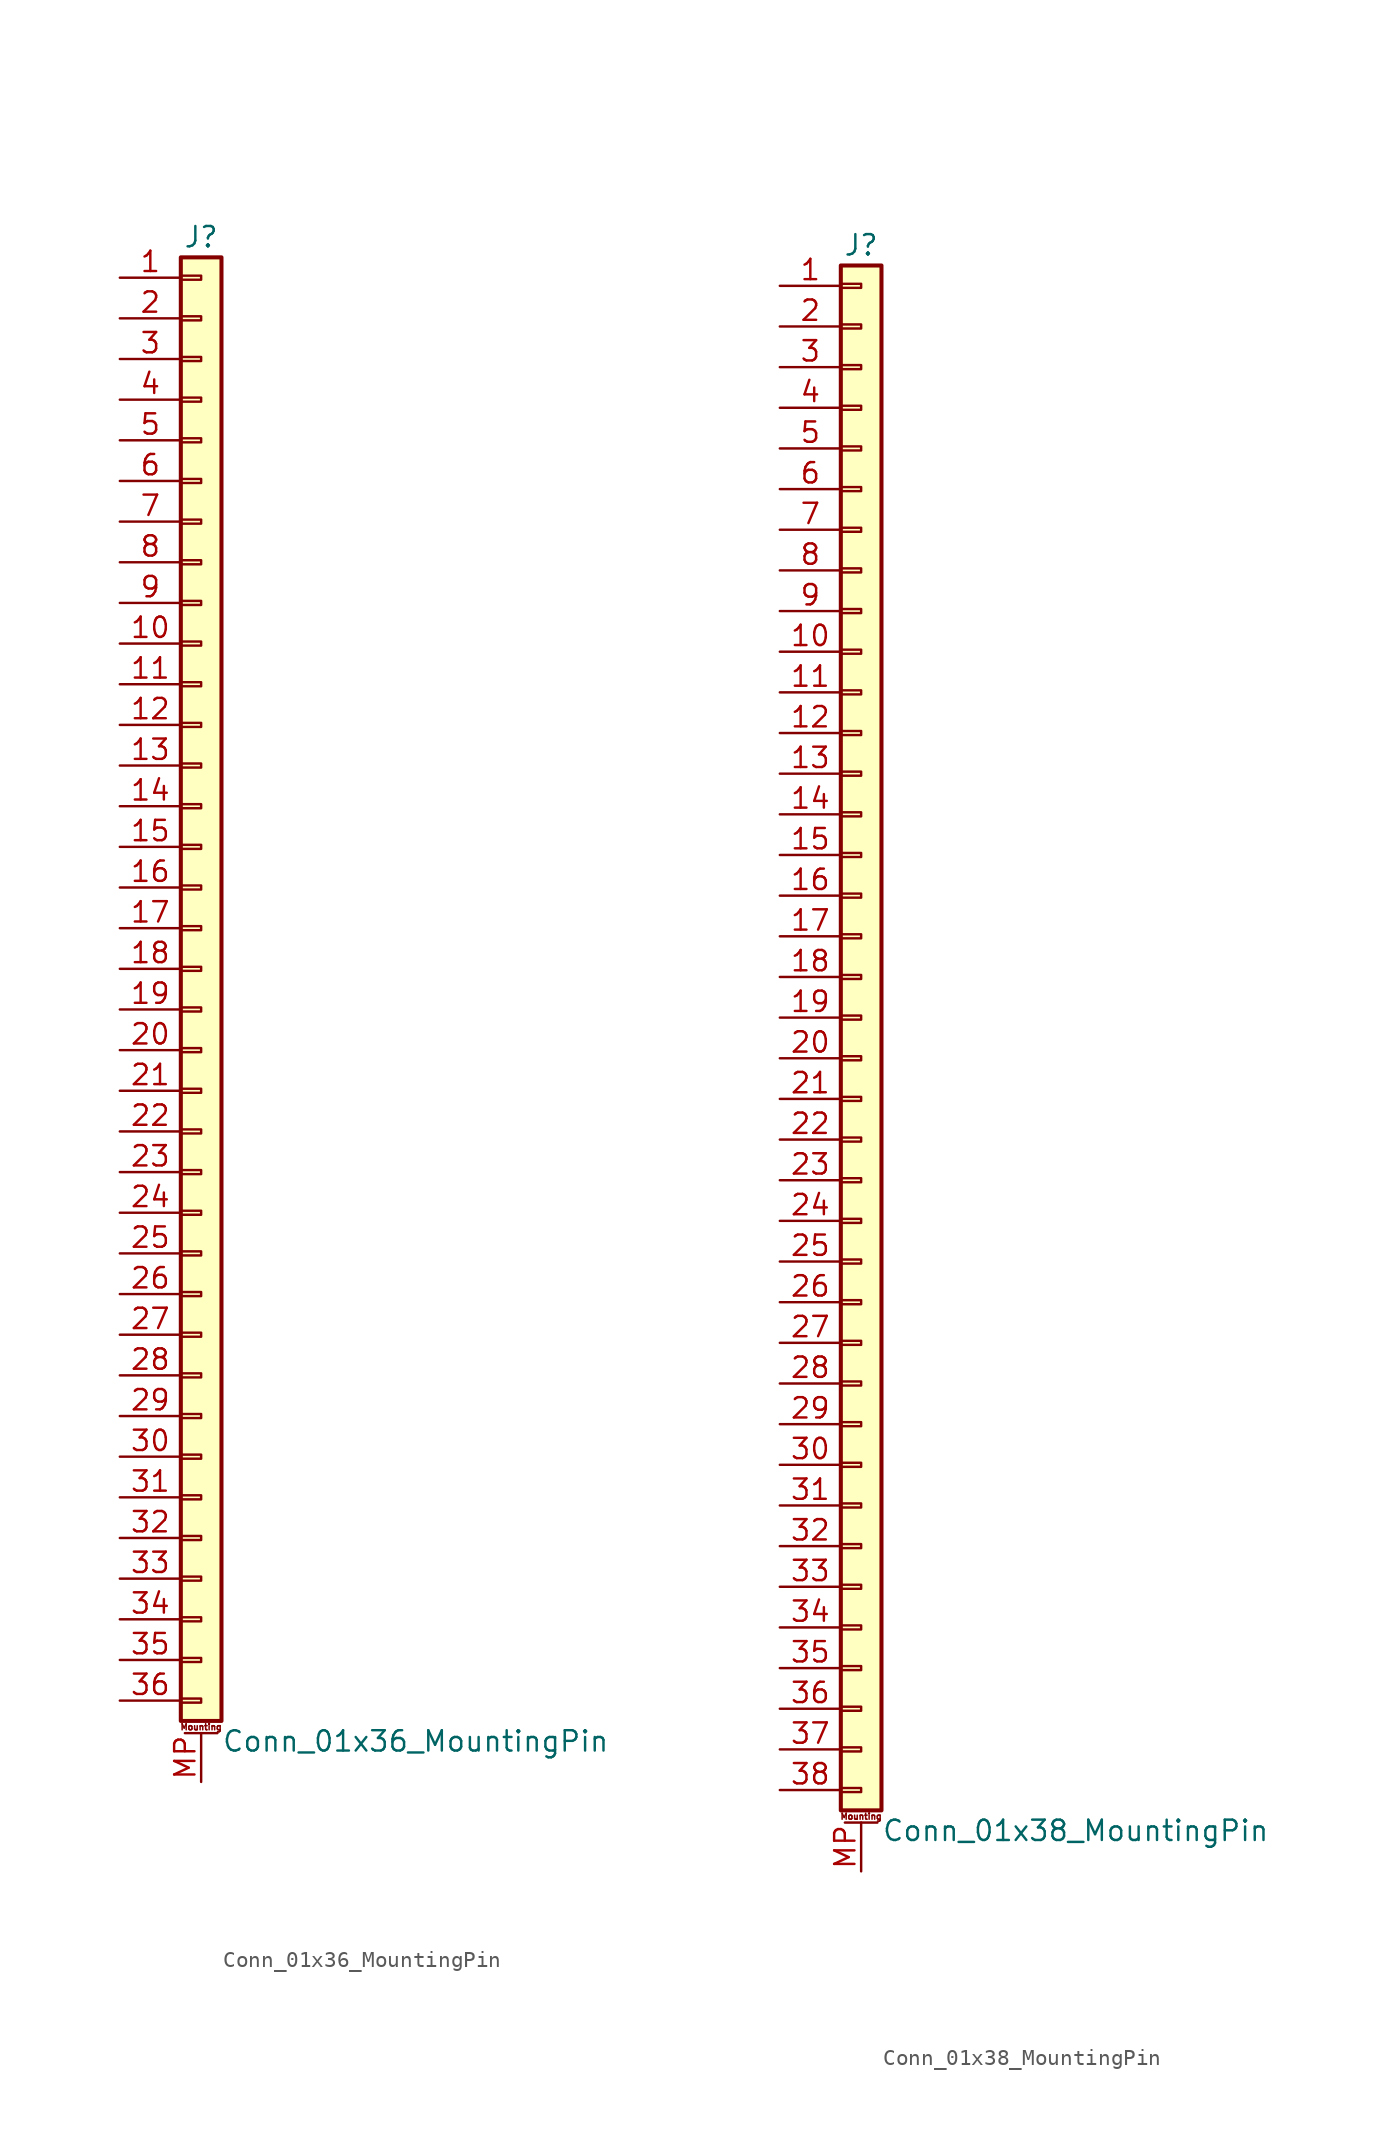
<source format=kicad_sym>
(kicad_symbol_lib
  (version 20211014)
  (generator kicad_symbol_editor)
  (symbol "Conn_01x36_MountingPin"
    (pin_names
      (offset 1.016) hide)
    (property "Reference" "J"
      (at 0 45.72 0)
      (effects (font (size 1.27 1.27))))
    (property "Value" "Conn_01x36_MountingPin"
      (at 1.27 -48.26 0)
      (effects (font (size 1.27 1.27)) (justify left)))
    (symbol "Conn_01x36_MountingPin_1_1"
      (rectangle (start -1.27 -45.593) (end 0 -45.847) (stroke (width 0.152) (type default) (color 0 0 0 0)) (fill (type none)))
      (rectangle (start -1.27 -43.053) (end 0 -43.307) (stroke (width 0.152) (type default) (color 0 0 0 0)) (fill (type none)))
      (rectangle (start -1.27 -40.513) (end 0 -40.767) (stroke (width 0.152) (type default) (color 0 0 0 0)) (fill (type none)))
      (rectangle (start -1.27 -37.973) (end 0 -38.227) (stroke (width 0.152) (type default) (color 0 0 0 0)) (fill (type none)))
      (rectangle (start -1.27 -35.433) (end 0 -35.687) (stroke (width 0.152) (type default) (color 0 0 0 0)) (fill (type none)))
      (rectangle (start -1.27 -32.893) (end 0 -33.147) (stroke (width 0.152) (type default) (color 0 0 0 0)) (fill (type none)))
      (rectangle (start -1.27 -30.353) (end 0 -30.607) (stroke (width 0.152) (type default) (color 0 0 0 0)) (fill (type none)))
      (rectangle (start -1.27 -27.813) (end 0 -28.067) (stroke (width 0.152) (type default) (color 0 0 0 0)) (fill (type none)))
      (rectangle (start -1.27 -25.273) (end 0 -25.527) (stroke (width 0.152) (type default) (color 0 0 0 0)) (fill (type none)))
      (rectangle (start -1.27 -22.733) (end 0 -22.987) (stroke (width 0.152) (type default) (color 0 0 0 0)) (fill (type none)))
      (rectangle (start -1.27 -20.193) (end 0 -20.447) (stroke (width 0.152) (type default) (color 0 0 0 0)) (fill (type none)))
      (rectangle (start -1.27 -17.653) (end 0 -17.907) (stroke (width 0.152) (type default) (color 0 0 0 0)) (fill (type none)))
      (rectangle (start -1.27 -15.113) (end 0 -15.367) (stroke (width 0.152) (type default) (color 0 0 0 0)) (fill (type none)))
      (rectangle (start -1.27 -12.573) (end 0 -12.827) (stroke (width 0.152) (type default) (color 0 0 0 0)) (fill (type none)))
      (rectangle (start -1.27 -10.033) (end 0 -10.287) (stroke (width 0.152) (type default) (color 0 0 0 0)) (fill (type none)))
      (rectangle (start -1.27 -7.493) (end 0 -7.747) (stroke (width 0.152) (type default) (color 0 0 0 0)) (fill (type none)))
      (rectangle (start -1.27 -4.953) (end 0 -5.207) (stroke (width 0.152) (type default) (color 0 0 0 0)) (fill (type none)))
      (rectangle (start -1.27 -2.413) (end 0 -2.667) (stroke (width 0.152) (type default) (color 0 0 0 0)) (fill (type none)))
      (rectangle (start -1.27 0.127) (end 0 -0.127) (stroke (width 0.152) (type default) (color 0 0 0 0)) (fill (type none)))
      (rectangle (start -1.27 2.667) (end 0 2.413) (stroke (width 0.152) (type default) (color 0 0 0 0)) (fill (type none)))
      (rectangle (start -1.27 5.207) (end 0 4.953) (stroke (width 0.152) (type default) (color 0 0 0 0)) (fill (type none)))
      (rectangle (start -1.27 7.747) (end 0 7.493) (stroke (width 0.152) (type default) (color 0 0 0 0)) (fill (type none)))
      (rectangle (start -1.27 10.287) (end 0 10.033) (stroke (width 0.152) (type default) (color 0 0 0 0)) (fill (type none)))
      (rectangle (start -1.27 12.827) (end 0 12.573) (stroke (width 0.152) (type default) (color 0 0 0 0)) (fill (type none)))
      (rectangle (start -1.27 15.367) (end 0 15.113) (stroke (width 0.152) (type default) (color 0 0 0 0)) (fill (type none)))
      (rectangle (start -1.27 17.907) (end 0 17.653) (stroke (width 0.152) (type default) (color 0 0 0 0)) (fill (type none)))
      (rectangle (start -1.27 20.447) (end 0 20.193) (stroke (width 0.152) (type default) (color 0 0 0 0)) (fill (type none)))
      (rectangle (start -1.27 22.987) (end 0 22.733) (stroke (width 0.152) (type default) (color 0 0 0 0)) (fill (type none)))
      (rectangle (start -1.27 25.527) (end 0 25.273) (stroke (width 0.152) (type default) (color 0 0 0 0)) (fill (type none)))
      (rectangle (start -1.27 28.067) (end 0 27.813) (stroke (width 0.152) (type default) (color 0 0 0 0)) (fill (type none)))
      (rectangle (start -1.27 30.607) (end 0 30.353) (stroke (width 0.152) (type default) (color 0 0 0 0)) (fill (type none)))
      (rectangle (start -1.27 33.147) (end 0 32.893) (stroke (width 0.152) (type default) (color 0 0 0 0)) (fill (type none)))
      (rectangle (start -1.27 35.687) (end 0 35.433) (stroke (width 0.152) (type default) (color 0 0 0 0)) (fill (type none)))
      (rectangle (start -1.27 38.227) (end 0 37.973) (stroke (width 0.152) (type default) (color 0 0 0 0)) (fill (type none)))
      (rectangle (start -1.27 40.767) (end 0 40.513) (stroke (width 0.152) (type default) (color 0 0 0 0)) (fill (type none)))
      (rectangle (start -1.27 43.307) (end 0 43.053) (stroke (width 0.152) (type default) (color 0 0 0 0)) (fill (type none)))
      (rectangle (start -1.27 44.45) (end 1.27 -46.99) (stroke (width 0.254) (type default) (color 0 0 0 0)) (fill (type background)))
      (polyline (pts (xy -1.016 -47.752) (xy 1.016 -47.752)) (stroke (width 0.152) (type default) (color 0 0 0 0)) (fill (type none)))
      (text "Mounting" (at 0 -47.371 0) (effects (font (size 0.381 0.381))))
      (pin passive line (at -5.08 43.18 0) (length 3.81) (name "Pin_1" (effects (font (size 1.27 1.27)))) (number "1" (effects (font (size 1.27 1.27)))))
      (pin passive line (at -5.08 20.32 0) (length 3.81) (name "Pin_10" (effects (font (size 1.27 1.27)))) (number "10" (effects (font (size 1.27 1.27)))))
      (pin passive line (at -5.08 17.78 0) (length 3.81) (name "Pin_11" (effects (font (size 1.27 1.27)))) (number "11" (effects (font (size 1.27 1.27)))))
      (pin passive line (at -5.08 15.24 0) (length 3.81) (name "Pin_12" (effects (font (size 1.27 1.27)))) (number "12" (effects (font (size 1.27 1.27)))))
      (pin passive line (at -5.08 12.7 0) (length 3.81) (name "Pin_13" (effects (font (size 1.27 1.27)))) (number "13" (effects (font (size 1.27 1.27)))))
      (pin passive line (at -5.08 10.16 0) (length 3.81) (name "Pin_14" (effects (font (size 1.27 1.27)))) (number "14" (effects (font (size 1.27 1.27)))))
      (pin passive line (at -5.08 7.62 0) (length 3.81) (name "Pin_15" (effects (font (size 1.27 1.27)))) (number "15" (effects (font (size 1.27 1.27)))))
      (pin passive line (at -5.08 5.08 0) (length 3.81) (name "Pin_16" (effects (font (size 1.27 1.27)))) (number "16" (effects (font (size 1.27 1.27)))))
      (pin passive line (at -5.08 2.54 0) (length 3.81) (name "Pin_17" (effects (font (size 1.27 1.27)))) (number "17" (effects (font (size 1.27 1.27)))))
      (pin passive line (at -5.08 0 0) (length 3.81) (name "Pin_18" (effects (font (size 1.27 1.27)))) (number "18" (effects (font (size 1.27 1.27)))))
      (pin passive line (at -5.08 -2.54 0) (length 3.81) (name "Pin_19" (effects (font (size 1.27 1.27)))) (number "19" (effects (font (size 1.27 1.27)))))
      (pin passive line (at -5.08 40.64 0) (length 3.81) (name "Pin_2" (effects (font (size 1.27 1.27)))) (number "2" (effects (font (size 1.27 1.27)))))
      (pin passive line (at -5.08 -5.08 0) (length 3.81) (name "Pin_20" (effects (font (size 1.27 1.27)))) (number "20" (effects (font (size 1.27 1.27)))))
      (pin passive line (at -5.08 -7.62 0) (length 3.81) (name "Pin_21" (effects (font (size 1.27 1.27)))) (number "21" (effects (font (size 1.27 1.27)))))
      (pin passive line (at -5.08 -10.16 0) (length 3.81) (name "Pin_22" (effects (font (size 1.27 1.27)))) (number "22" (effects (font (size 1.27 1.27)))))
      (pin passive line (at -5.08 -12.7 0) (length 3.81) (name "Pin_23" (effects (font (size 1.27 1.27)))) (number "23" (effects (font (size 1.27 1.27)))))
      (pin passive line (at -5.08 -15.24 0) (length 3.81) (name "Pin_24" (effects (font (size 1.27 1.27)))) (number "24" (effects (font (size 1.27 1.27)))))
      (pin passive line (at -5.08 -17.78 0) (length 3.81) (name "Pin_25" (effects (font (size 1.27 1.27)))) (number "25" (effects (font (size 1.27 1.27)))))
      (pin passive line (at -5.08 -20.32 0) (length 3.81) (name "Pin_26" (effects (font (size 1.27 1.27)))) (number "26" (effects (font (size 1.27 1.27)))))
      (pin passive line (at -5.08 -22.86 0) (length 3.81) (name "Pin_27" (effects (font (size 1.27 1.27)))) (number "27" (effects (font (size 1.27 1.27)))))
      (pin passive line (at -5.08 -25.4 0) (length 3.81) (name "Pin_28" (effects (font (size 1.27 1.27)))) (number "28" (effects (font (size 1.27 1.27)))))
      (pin passive line (at -5.08 -27.94 0) (length 3.81) (name "Pin_29" (effects (font (size 1.27 1.27)))) (number "29" (effects (font (size 1.27 1.27)))))
      (pin passive line (at -5.08 38.1 0) (length 3.81) (name "Pin_3" (effects (font (size 1.27 1.27)))) (number "3" (effects (font (size 1.27 1.27)))))
      (pin passive line (at -5.08 -30.48 0) (length 3.81) (name "Pin_30" (effects (font (size 1.27 1.27)))) (number "30" (effects (font (size 1.27 1.27)))))
      (pin passive line (at -5.08 -33.02 0) (length 3.81) (name "Pin_31" (effects (font (size 1.27 1.27)))) (number "31" (effects (font (size 1.27 1.27)))))
      (pin passive line (at -5.08 -35.56 0) (length 3.81) (name "Pin_32" (effects (font (size 1.27 1.27)))) (number "32" (effects (font (size 1.27 1.27)))))
      (pin passive line (at -5.08 -38.1 0) (length 3.81) (name "Pin_33" (effects (font (size 1.27 1.27)))) (number "33" (effects (font (size 1.27 1.27)))))
      (pin passive line (at -5.08 -40.64 0) (length 3.81) (name "Pin_34" (effects (font (size 1.27 1.27)))) (number "34" (effects (font (size 1.27 1.27)))))
      (pin passive line (at -5.08 -43.18 0) (length 3.81) (name "Pin_35" (effects (font (size 1.27 1.27)))) (number "35" (effects (font (size 1.27 1.27)))))
      (pin passive line (at -5.08 -45.72 0) (length 3.81) (name "Pin_36" (effects (font (size 1.27 1.27)))) (number "36" (effects (font (size 1.27 1.27)))))
      (pin passive line (at -5.08 35.56 0) (length 3.81) (name "Pin_4" (effects (font (size 1.27 1.27)))) (number "4" (effects (font (size 1.27 1.27)))))
      (pin passive line (at -5.08 33.02 0) (length 3.81) (name "Pin_5" (effects (font (size 1.27 1.27)))) (number "5" (effects (font (size 1.27 1.27)))))
      (pin passive line (at -5.08 30.48 0) (length 3.81) (name "Pin_6" (effects (font (size 1.27 1.27)))) (number "6" (effects (font (size 1.27 1.27)))))
      (pin passive line (at -5.08 27.94 0) (length 3.81) (name "Pin_7" (effects (font (size 1.27 1.27)))) (number "7" (effects (font (size 1.27 1.27)))))
      (pin passive line (at -5.08 25.4 0) (length 3.81) (name "Pin_8" (effects (font (size 1.27 1.27)))) (number "8" (effects (font (size 1.27 1.27)))))
      (pin passive line (at -5.08 22.86 0) (length 3.81) (name "Pin_9" (effects (font (size 1.27 1.27)))) (number "9" (effects (font (size 1.27 1.27)))))
      (pin passive line (at 0 -50.8 90) (length 3.048) (name "MountPin" (effects (font (size 1.27 1.27)))) (number "MP" (effects (font (size 1.27 1.27)))))))
  (symbol "Conn_01x38_MountingPin"
    (pin_names
      (offset 1.016) hide)
    (property "Reference" "J"
      (at 0 48.26 0)
      (effects (font (size 1.27 1.27))))
    (property "Value" "Conn_01x38_MountingPin"
      (at 1.27 -50.8 0)
      (effects (font (size 1.27 1.27)) (justify left)))
    (symbol "Conn_01x38_MountingPin_1_1"
      (rectangle (start -1.27 -48.133) (end 0 -48.387) (stroke (width 0.152) (type default) (color 0 0 0 0)) (fill (type none)))
      (rectangle (start -1.27 -45.593) (end 0 -45.847) (stroke (width 0.152) (type default) (color 0 0 0 0)) (fill (type none)))
      (rectangle (start -1.27 -43.053) (end 0 -43.307) (stroke (width 0.152) (type default) (color 0 0 0 0)) (fill (type none)))
      (rectangle (start -1.27 -40.513) (end 0 -40.767) (stroke (width 0.152) (type default) (color 0 0 0 0)) (fill (type none)))
      (rectangle (start -1.27 -37.973) (end 0 -38.227) (stroke (width 0.152) (type default) (color 0 0 0 0)) (fill (type none)))
      (rectangle (start -1.27 -35.433) (end 0 -35.687) (stroke (width 0.152) (type default) (color 0 0 0 0)) (fill (type none)))
      (rectangle (start -1.27 -32.893) (end 0 -33.147) (stroke (width 0.152) (type default) (color 0 0 0 0)) (fill (type none)))
      (rectangle (start -1.27 -30.353) (end 0 -30.607) (stroke (width 0.152) (type default) (color 0 0 0 0)) (fill (type none)))
      (rectangle (start -1.27 -27.813) (end 0 -28.067) (stroke (width 0.152) (type default) (color 0 0 0 0)) (fill (type none)))
      (rectangle (start -1.27 -25.273) (end 0 -25.527) (stroke (width 0.152) (type default) (color 0 0 0 0)) (fill (type none)))
      (rectangle (start -1.27 -22.733) (end 0 -22.987) (stroke (width 0.152) (type default) (color 0 0 0 0)) (fill (type none)))
      (rectangle (start -1.27 -20.193) (end 0 -20.447) (stroke (width 0.152) (type default) (color 0 0 0 0)) (fill (type none)))
      (rectangle (start -1.27 -17.653) (end 0 -17.907) (stroke (width 0.152) (type default) (color 0 0 0 0)) (fill (type none)))
      (rectangle (start -1.27 -15.113) (end 0 -15.367) (stroke (width 0.152) (type default) (color 0 0 0 0)) (fill (type none)))
      (rectangle (start -1.27 -12.573) (end 0 -12.827) (stroke (width 0.152) (type default) (color 0 0 0 0)) (fill (type none)))
      (rectangle (start -1.27 -10.033) (end 0 -10.287) (stroke (width 0.152) (type default) (color 0 0 0 0)) (fill (type none)))
      (rectangle (start -1.27 -7.493) (end 0 -7.747) (stroke (width 0.152) (type default) (color 0 0 0 0)) (fill (type none)))
      (rectangle (start -1.27 -4.953) (end 0 -5.207) (stroke (width 0.152) (type default) (color 0 0 0 0)) (fill (type none)))
      (rectangle (start -1.27 -2.413) (end 0 -2.667) (stroke (width 0.152) (type default) (color 0 0 0 0)) (fill (type none)))
      (rectangle (start -1.27 0.127) (end 0 -0.127) (stroke (width 0.152) (type default) (color 0 0 0 0)) (fill (type none)))
      (rectangle (start -1.27 2.667) (end 0 2.413) (stroke (width 0.152) (type default) (color 0 0 0 0)) (fill (type none)))
      (rectangle (start -1.27 5.207) (end 0 4.953) (stroke (width 0.152) (type default) (color 0 0 0 0)) (fill (type none)))
      (rectangle (start -1.27 7.747) (end 0 7.493) (stroke (width 0.152) (type default) (color 0 0 0 0)) (fill (type none)))
      (rectangle (start -1.27 10.287) (end 0 10.033) (stroke (width 0.152) (type default) (color 0 0 0 0)) (fill (type none)))
      (rectangle (start -1.27 12.827) (end 0 12.573) (stroke (width 0.152) (type default) (color 0 0 0 0)) (fill (type none)))
      (rectangle (start -1.27 15.367) (end 0 15.113) (stroke (width 0.152) (type default) (color 0 0 0 0)) (fill (type none)))
      (rectangle (start -1.27 17.907) (end 0 17.653) (stroke (width 0.152) (type default) (color 0 0 0 0)) (fill (type none)))
      (rectangle (start -1.27 20.447) (end 0 20.193) (stroke (width 0.152) (type default) (color 0 0 0 0)) (fill (type none)))
      (rectangle (start -1.27 22.987) (end 0 22.733) (stroke (width 0.152) (type default) (color 0 0 0 0)) (fill (type none)))
      (rectangle (start -1.27 25.527) (end 0 25.273) (stroke (width 0.152) (type default) (color 0 0 0 0)) (fill (type none)))
      (rectangle (start -1.27 28.067) (end 0 27.813) (stroke (width 0.152) (type default) (color 0 0 0 0)) (fill (type none)))
      (rectangle (start -1.27 30.607) (end 0 30.353) (stroke (width 0.152) (type default) (color 0 0 0 0)) (fill (type none)))
      (rectangle (start -1.27 33.147) (end 0 32.893) (stroke (width 0.152) (type default) (color 0 0 0 0)) (fill (type none)))
      (rectangle (start -1.27 35.687) (end 0 35.433) (stroke (width 0.152) (type default) (color 0 0 0 0)) (fill (type none)))
      (rectangle (start -1.27 38.227) (end 0 37.973) (stroke (width 0.152) (type default) (color 0 0 0 0)) (fill (type none)))
      (rectangle (start -1.27 40.767) (end 0 40.513) (stroke (width 0.152) (type default) (color 0 0 0 0)) (fill (type none)))
      (rectangle (start -1.27 43.307) (end 0 43.053) (stroke (width 0.152) (type default) (color 0 0 0 0)) (fill (type none)))
      (rectangle (start -1.27 45.847) (end 0 45.593) (stroke (width 0.152) (type default) (color 0 0 0 0)) (fill (type none)))
      (rectangle (start -1.27 46.99) (end 1.27 -49.53) (stroke (width 0.254) (type default) (color 0 0 0 0)) (fill (type background)))
      (polyline (pts (xy -1.016 -50.292) (xy 1.016 -50.292)) (stroke (width 0.152) (type default) (color 0 0 0 0)) (fill (type none)))
      (text "Mounting" (at 0 -49.911 0) (effects (font (size 0.381 0.381))))
      (pin passive line (at -5.08 45.72 0) (length 3.81) (name "Pin_1" (effects (font (size 1.27 1.27)))) (number "1" (effects (font (size 1.27 1.27)))))
      (pin passive line (at -5.08 22.86 0) (length 3.81) (name "Pin_10" (effects (font (size 1.27 1.27)))) (number "10" (effects (font (size 1.27 1.27)))))
      (pin passive line (at -5.08 20.32 0) (length 3.81) (name "Pin_11" (effects (font (size 1.27 1.27)))) (number "11" (effects (font (size 1.27 1.27)))))
      (pin passive line (at -5.08 17.78 0) (length 3.81) (name "Pin_12" (effects (font (size 1.27 1.27)))) (number "12" (effects (font (size 1.27 1.27)))))
      (pin passive line (at -5.08 15.24 0) (length 3.81) (name "Pin_13" (effects (font (size 1.27 1.27)))) (number "13" (effects (font (size 1.27 1.27)))))
      (pin passive line (at -5.08 12.7 0) (length 3.81) (name "Pin_14" (effects (font (size 1.27 1.27)))) (number "14" (effects (font (size 1.27 1.27)))))
      (pin passive line (at -5.08 10.16 0) (length 3.81) (name "Pin_15" (effects (font (size 1.27 1.27)))) (number "15" (effects (font (size 1.27 1.27)))))
      (pin passive line (at -5.08 7.62 0) (length 3.81) (name "Pin_16" (effects (font (size 1.27 1.27)))) (number "16" (effects (font (size 1.27 1.27)))))
      (pin passive line (at -5.08 5.08 0) (length 3.81) (name "Pin_17" (effects (font (size 1.27 1.27)))) (number "17" (effects (font (size 1.27 1.27)))))
      (pin passive line (at -5.08 2.54 0) (length 3.81) (name "Pin_18" (effects (font (size 1.27 1.27)))) (number "18" (effects (font (size 1.27 1.27)))))
      (pin passive line (at -5.08 0 0) (length 3.81) (name "Pin_19" (effects (font (size 1.27 1.27)))) (number "19" (effects (font (size 1.27 1.27)))))
      (pin passive line (at -5.08 43.18 0) (length 3.81) (name "Pin_2" (effects (font (size 1.27 1.27)))) (number "2" (effects (font (size 1.27 1.27)))))
      (pin passive line (at -5.08 -2.54 0) (length 3.81) (name "Pin_20" (effects (font (size 1.27 1.27)))) (number "20" (effects (font (size 1.27 1.27)))))
      (pin passive line (at -5.08 -5.08 0) (length 3.81) (name "Pin_21" (effects (font (size 1.27 1.27)))) (number "21" (effects (font (size 1.27 1.27)))))
      (pin passive line (at -5.08 -7.62 0) (length 3.81) (name "Pin_22" (effects (font (size 1.27 1.27)))) (number "22" (effects (font (size 1.27 1.27)))))
      (pin passive line (at -5.08 -10.16 0) (length 3.81) (name "Pin_23" (effects (font (size 1.27 1.27)))) (number "23" (effects (font (size 1.27 1.27)))))
      (pin passive line (at -5.08 -12.7 0) (length 3.81) (name "Pin_24" (effects (font (size 1.27 1.27)))) (number "24" (effects (font (size 1.27 1.27)))))
      (pin passive line (at -5.08 -15.24 0) (length 3.81) (name "Pin_25" (effects (font (size 1.27 1.27)))) (number "25" (effects (font (size 1.27 1.27)))))
      (pin passive line (at -5.08 -17.78 0) (length 3.81) (name "Pin_26" (effects (font (size 1.27 1.27)))) (number "26" (effects (font (size 1.27 1.27)))))
      (pin passive line (at -5.08 -20.32 0) (length 3.81) (name "Pin_27" (effects (font (size 1.27 1.27)))) (number "27" (effects (font (size 1.27 1.27)))))
      (pin passive line (at -5.08 -22.86 0) (length 3.81) (name "Pin_28" (effects (font (size 1.27 1.27)))) (number "28" (effects (font (size 1.27 1.27)))))
      (pin passive line (at -5.08 -25.4 0) (length 3.81) (name "Pin_29" (effects (font (size 1.27 1.27)))) (number "29" (effects (font (size 1.27 1.27)))))
      (pin passive line (at -5.08 40.64 0) (length 3.81) (name "Pin_3" (effects (font (size 1.27 1.27)))) (number "3" (effects (font (size 1.27 1.27)))))
      (pin passive line (at -5.08 -27.94 0) (length 3.81) (name "Pin_30" (effects (font (size 1.27 1.27)))) (number "30" (effects (font (size 1.27 1.27)))))
      (pin passive line (at -5.08 -30.48 0) (length 3.81) (name "Pin_31" (effects (font (size 1.27 1.27)))) (number "31" (effects (font (size 1.27 1.27)))))
      (pin passive line (at -5.08 -33.02 0) (length 3.81) (name "Pin_32" (effects (font (size 1.27 1.27)))) (number "32" (effects (font (size 1.27 1.27)))))
      (pin passive line (at -5.08 -35.56 0) (length 3.81) (name "Pin_33" (effects (font (size 1.27 1.27)))) (number "33" (effects (font (size 1.27 1.27)))))
      (pin passive line (at -5.08 -38.1 0) (length 3.81) (name "Pin_34" (effects (font (size 1.27 1.27)))) (number "34" (effects (font (size 1.27 1.27)))))
      (pin passive line (at -5.08 -40.64 0) (length 3.81) (name "Pin_35" (effects (font (size 1.27 1.27)))) (number "35" (effects (font (size 1.27 1.27)))))
      (pin passive line (at -5.08 -43.18 0) (length 3.81) (name "Pin_36" (effects (font (size 1.27 1.27)))) (number "36" (effects (font (size 1.27 1.27)))))
      (pin passive line (at -5.08 -45.72 0) (length 3.81) (name "Pin_37" (effects (font (size 1.27 1.27)))) (number "37" (effects (font (size 1.27 1.27)))))
      (pin passive line (at -5.08 -48.26 0) (length 3.81) (name "Pin_38" (effects (font (size 1.27 1.27)))) (number "38" (effects (font (size 1.27 1.27)))))
      (pin passive line (at -5.08 38.1 0) (length 3.81) (name "Pin_4" (effects (font (size 1.27 1.27)))) (number "4" (effects (font (size 1.27 1.27)))))
      (pin passive line (at -5.08 35.56 0) (length 3.81) (name "Pin_5" (effects (font (size 1.27 1.27)))) (number "5" (effects (font (size 1.27 1.27)))))
      (pin passive line (at -5.08 33.02 0) (length 3.81) (name "Pin_6" (effects (font (size 1.27 1.27)))) (number "6" (effects (font (size 1.27 1.27)))))
      (pin passive line (at -5.08 30.48 0) (length 3.81) (name "Pin_7" (effects (font (size 1.27 1.27)))) (number "7" (effects (font (size 1.27 1.27)))))
      (pin passive line (at -5.08 27.94 0) (length 3.81) (name "Pin_8" (effects (font (size 1.27 1.27)))) (number "8" (effects (font (size 1.27 1.27)))))
      (pin passive line (at -5.08 25.4 0) (length 3.81) (name "Pin_9" (effects (font (size 1.27 1.27)))) (number "9" (effects (font (size 1.27 1.27)))))
      (pin passive line (at 0 -53.34 90) (length 3.048) (name "MountPin" (effects (font (size 1.27 1.27)))) (number "MP" (effects (font (size 1.27 1.27))))))))
</source>
